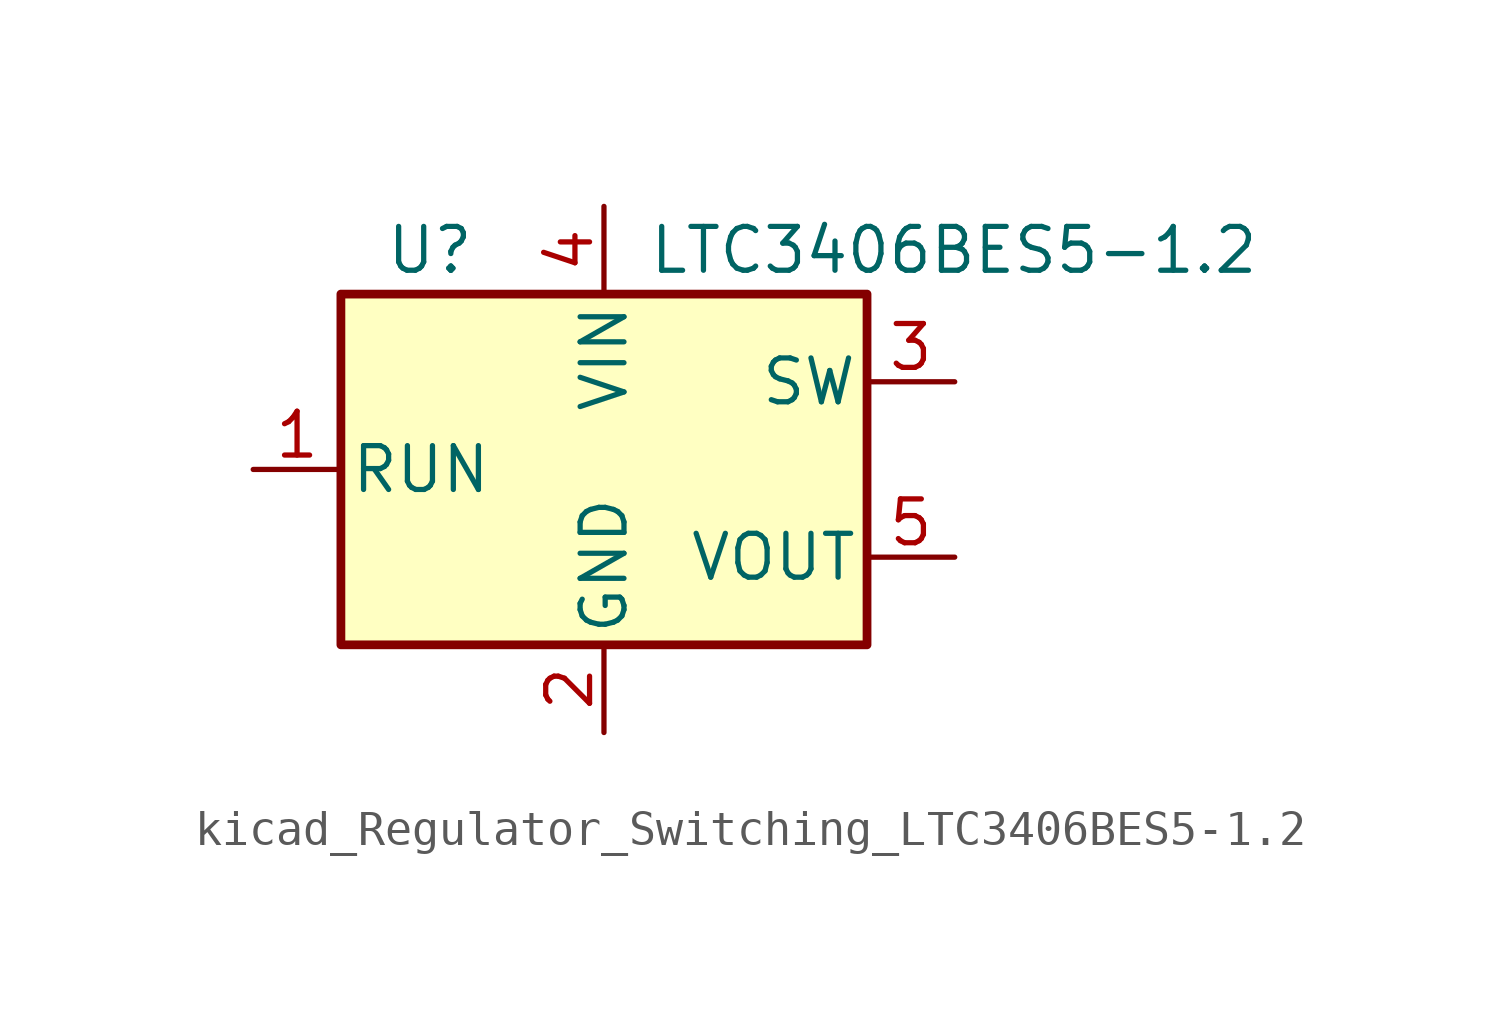
<source format=kicad_sym>
(kicad_symbol_lib
  (version 20220914)
  (generator kicad_symbol_editor)
  (symbol "kicad_Regulator_Switching_LTC3406BES5-1.2"
    (pin_names
      (offset 0.254))
    (property "Reference" "U"
      (at -6.35 6.35 0)
      (effects (font (size 1.27 1.27)) (justify left)))
    (property "Value" "LTC3406BES5-1.2"
      (at 1.27 6.35 0)
      (effects (font (size 1.27 1.27)) (justify left)))
    (symbol "kicad_Regulator_Switching_LTC3406BES5-1.2_0_1"
      (rectangle (start -7.62 5.08) (end 7.62 -5.08) (stroke (width 0.254) (type default)) (fill (type background))))
    (symbol "kicad_Regulator_Switching_LTC3406BES5-1.2_1_1"
      (pin input line (at -10.16 0 0) (length 2.54) (name "RUN" (effects (font (size 1.27 1.27)))) (number "1" (effects (font (size 1.27 1.27)))))
      (pin power_in line (at 0 -7.62 90) (length 2.54) (name "GND" (effects (font (size 1.27 1.27)))) (number "2" (effects (font (size 1.27 1.27)))))
      (pin output line (at 10.16 2.54 180) (length 2.54) (name "SW" (effects (font (size 1.27 1.27)))) (number "3" (effects (font (size 1.27 1.27)))))
      (pin power_in line (at 0 7.62 270) (length 2.54) (name "VIN" (effects (font (size 1.27 1.27)))) (number "4" (effects (font (size 1.27 1.27)))))
      (pin power_out line (at 10.16 -2.54 180) (length 2.54) (name "VOUT" (effects (font (size 1.27 1.27)))) (number "5" (effects (font (size 1.27 1.27))))))))
</source>
